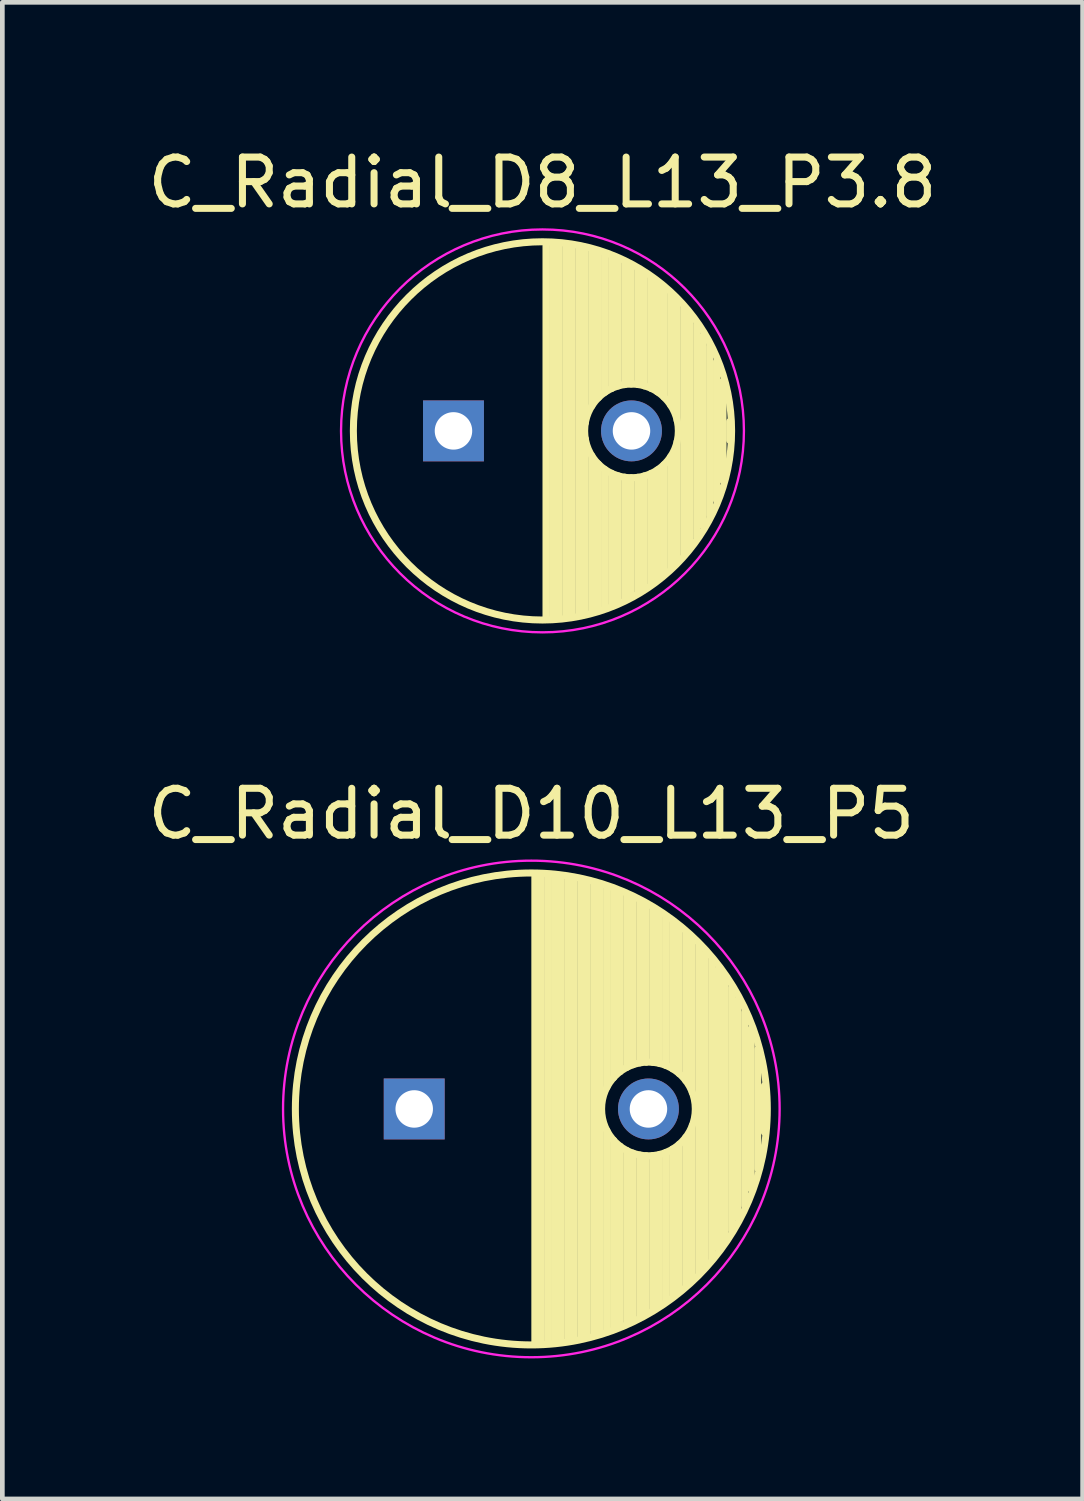
<source format=kicad_pcb>
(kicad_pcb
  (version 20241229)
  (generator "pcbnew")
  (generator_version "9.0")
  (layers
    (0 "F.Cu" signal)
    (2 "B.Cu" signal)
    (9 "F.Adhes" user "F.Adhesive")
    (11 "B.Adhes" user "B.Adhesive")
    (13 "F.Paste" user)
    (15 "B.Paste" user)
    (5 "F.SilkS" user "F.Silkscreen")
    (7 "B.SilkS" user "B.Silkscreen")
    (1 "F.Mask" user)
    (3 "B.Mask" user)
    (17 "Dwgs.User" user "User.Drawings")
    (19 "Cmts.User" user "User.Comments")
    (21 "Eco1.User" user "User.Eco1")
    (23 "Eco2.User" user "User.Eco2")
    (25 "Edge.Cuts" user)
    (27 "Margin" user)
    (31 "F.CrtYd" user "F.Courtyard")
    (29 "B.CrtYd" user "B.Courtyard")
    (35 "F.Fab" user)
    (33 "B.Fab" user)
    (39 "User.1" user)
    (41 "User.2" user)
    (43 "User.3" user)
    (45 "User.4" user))
  (footprint "C_Radial_D10_L13_P5"
    (layer "F.Cu")
    (at 5.792 20.622)
    (property "Reference" "C_Radial_D10_L13_P5" (at 2.5 -6.3 0) (layer "F.SilkS") (effects (font (size 1 1) (thickness 0.15))))
    (attr through_hole)
    (fp_line (start 2.575 -4.999) (end 2.575 4.999) (stroke (width 0.15) (type solid)) (layer "F.SilkS"))
    (fp_line (start 2.715 -4.995) (end 2.715 4.995) (stroke (width 0.15) (type solid)) (layer "F.SilkS"))
    (fp_line (start 2.855 -4.987) (end 2.855 4.987) (stroke (width 0.15) (type solid)) (layer "F.SilkS"))
    (fp_line (start 2.995 -4.975) (end 2.995 4.975) (stroke (width 0.15) (type solid)) (layer "F.SilkS"))
    (fp_line (start 3.135 -4.96) (end 3.135 4.96) (stroke (width 0.15) (type solid)) (layer "F.SilkS"))
    (fp_line (start 3.275 -4.94) (end 3.275 4.94) (stroke (width 0.15) (type solid)) (layer "F.SilkS"))
    (fp_line (start 3.415 -4.916) (end 3.415 4.916) (stroke (width 0.15) (type solid)) (layer "F.SilkS"))
    (fp_line (start 3.555 -4.887) (end 3.555 4.887) (stroke (width 0.15) (type solid)) (layer "F.SilkS"))
    (fp_line (start 3.695 -4.855) (end 3.695 4.855) (stroke (width 0.15) (type solid)) (layer "F.SilkS"))
    (fp_line (start 3.835 -4.818) (end 3.835 4.818) (stroke (width 0.15) (type solid)) (layer "F.SilkS"))
    (fp_line (start 3.975 -4.777) (end 3.975 4.777) (stroke (width 0.15) (type solid)) (layer "F.SilkS"))
    (fp_line (start 4.115 -4.732) (end 4.115 -0.466) (stroke (width 0.15) (type solid)) (layer "F.SilkS"))
    (fp_line (start 4.115 0.466) (end 4.115 4.732) (stroke (width 0.15) (type solid)) (layer "F.SilkS"))
    (fp_line (start 4.255 -4.682) (end 4.255 -0.667) (stroke (width 0.15) (type solid)) (layer "F.SilkS"))
    (fp_line (start 4.255 0.667) (end 4.255 4.682) (stroke (width 0.15) (type solid)) (layer "F.SilkS"))
    (fp_line (start 4.395 -4.627) (end 4.395 -0.796) (stroke (width 0.15) (type solid)) (layer "F.SilkS"))
    (fp_line (start 4.395 0.796) (end 4.395 4.627) (stroke (width 0.15) (type solid)) (layer "F.SilkS"))
    (fp_line (start 4.535 -4.567) (end 4.535 -0.885) (stroke (width 0.15) (type solid)) (layer "F.SilkS"))
    (fp_line (start 4.535 0.885) (end 4.535 4.567) (stroke (width 0.15) (type solid)) (layer "F.SilkS"))
    (fp_line (start 4.675 -4.502) (end 4.675 -0.946) (stroke (width 0.15) (type solid)) (layer "F.SilkS"))
    (fp_line (start 4.675 0.946) (end 4.675 4.502) (stroke (width 0.15) (type solid)) (layer "F.SilkS"))
    (fp_line (start 4.815 -4.432) (end 4.815 -0.983) (stroke (width 0.15) (type solid)) (layer "F.SilkS"))
    (fp_line (start 4.815 0.983) (end 4.815 4.432) (stroke (width 0.15) (type solid)) (layer "F.SilkS"))
    (fp_line (start 4.955 -4.356) (end 4.955 -0.999) (stroke (width 0.15) (type solid)) (layer "F.SilkS"))
    (fp_line (start 4.955 0.999) (end 4.955 4.356) (stroke (width 0.15) (type solid)) (layer "F.SilkS"))
    (fp_line (start 5.095 -4.274) (end 5.095 -0.995) (stroke (width 0.15) (type solid)) (layer "F.SilkS"))
    (fp_line (start 5.095 0.995) (end 5.095 4.274) (stroke (width 0.15) (type solid)) (layer "F.SilkS"))
    (fp_line (start 5.235 -4.186) (end 5.235 -0.972) (stroke (width 0.15) (type solid)) (layer "F.SilkS"))
    (fp_line (start 5.235 0.972) (end 5.235 4.186) (stroke (width 0.15) (type solid)) (layer "F.SilkS"))
    (fp_line (start 5.375 -4.091) (end 5.375 -0.927) (stroke (width 0.15) (type solid)) (layer "F.SilkS"))
    (fp_line (start 5.375 0.927) (end 5.375 4.091) (stroke (width 0.15) (type solid)) (layer "F.SilkS"))
    (fp_line (start 5.515 -3.989) (end 5.515 -0.857) (stroke (width 0.15) (type solid)) (layer "F.SilkS"))
    (fp_line (start 5.515 0.857) (end 5.515 3.989) (stroke (width 0.15) (type solid)) (layer "F.SilkS"))
    (fp_line (start 5.655 -3.879) (end 5.655 -0.756) (stroke (width 0.15) (type solid)) (layer "F.SilkS"))
    (fp_line (start 5.655 0.756) (end 5.655 3.879) (stroke (width 0.15) (type solid)) (layer "F.SilkS"))
    (fp_line (start 5.795 -3.761) (end 5.795 -0.607) (stroke (width 0.15) (type solid)) (layer "F.SilkS"))
    (fp_line (start 5.795 0.607) (end 5.795 3.761) (stroke (width 0.15) (type solid)) (layer "F.SilkS"))
    (fp_line (start 5.935 -3.633) (end 5.935 -0.355) (stroke (width 0.15) (type solid)) (layer "F.SilkS"))
    (fp_line (start 5.935 0.355) (end 5.935 3.633) (stroke (width 0.15) (type solid)) (layer "F.SilkS"))
    (fp_line (start 6.075 -3.496) (end 6.075 3.496) (stroke (width 0.15) (type solid)) (layer "F.SilkS"))
    (fp_line (start 6.215 -3.346) (end 6.215 3.346) (stroke (width 0.15) (type solid)) (layer "F.SilkS"))
    (fp_line (start 6.355 -3.184) (end 6.355 3.184) (stroke (width 0.15) (type solid)) (layer "F.SilkS"))
    (fp_line (start 6.495 -3.007) (end 6.495 3.007) (stroke (width 0.15) (type solid)) (layer "F.SilkS"))
    (fp_line (start 6.635 -2.811) (end 6.635 2.811) (stroke (width 0.15) (type solid)) (layer "F.SilkS"))
    (fp_line (start 6.775 -2.593) (end 6.775 2.593) (stroke (width 0.15) (type solid)) (layer "F.SilkS"))
    (fp_line (start 6.915 -2.347) (end 6.915 2.347) (stroke (width 0.15) (type solid)) (layer "F.SilkS"))
    (fp_line (start 7.055 -2.062) (end 7.055 2.062) (stroke (width 0.15) (type solid)) (layer "F.SilkS"))
    (fp_line (start 7.195 -1.72) (end 7.195 1.72) (stroke (width 0.15) (type solid)) (layer "F.SilkS"))
    (fp_line (start 7.335 -1.274) (end 7.335 1.274) (stroke (width 0.15) (type solid)) (layer "F.SilkS"))
    (fp_line (start 7.475 -0.499) (end 7.475 0.499) (stroke (width 0.15) (type solid)) (layer "F.SilkS"))
    (fp_circle (center 2.5 0) (end 2.5 -5.037) (stroke (width 0.15) (type solid)) (fill no) (layer "F.SilkS"))
    (fp_circle (center 5 0) (end 5 -1) (stroke (width 0.15) (type solid)) (fill no) (layer "F.SilkS"))
    (fp_circle (center 2.5 0) (end 2.5 -5.3) (stroke (width 0.05) (type solid)) (fill no) (layer "F.CrtYd"))
    (pad "1" thru_hole rect (at 0 0) (size 1.3 1.3) (drill 0.8) (layers "*.Cu" "*.Mask"))
    (pad "2" thru_hole circle (at 5 0) (size 1.3 1.3) (drill 0.8) (layers "*.Cu" "*.Mask")))
  (footprint "C_Radial_D8_L13_P3.8"
    (layer "F.Cu")
    (at 6.63 6.148)
    (property "Reference" "C_Radial_D8_L13_P3.8" (at 1.9 -5.3 0) (layer "F.SilkS") (effects (font (size 1 1) (thickness 0.15))))
    (attr through_hole)
    (fp_line (start 1.975 -3.999) (end 1.975 3.999) (stroke (width 0.15) (type solid)) (layer "F.SilkS"))
    (fp_line (start 2.115 -3.994) (end 2.115 3.994) (stroke (width 0.15) (type solid)) (layer "F.SilkS"))
    (fp_line (start 2.255 -3.984) (end 2.255 3.984) (stroke (width 0.15) (type solid)) (layer "F.SilkS"))
    (fp_line (start 2.395 -3.969) (end 2.395 3.969) (stroke (width 0.15) (type solid)) (layer "F.SilkS"))
    (fp_line (start 2.535 -3.949) (end 2.535 3.949) (stroke (width 0.15) (type solid)) (layer "F.SilkS"))
    (fp_line (start 2.675 -3.924) (end 2.675 3.924) (stroke (width 0.15) (type solid)) (layer "F.SilkS"))
    (fp_line (start 2.815 -3.894) (end 2.815 -0.173) (stroke (width 0.15) (type solid)) (layer "F.SilkS"))
    (fp_line (start 2.815 0.173) (end 2.815 3.894) (stroke (width 0.15) (type solid)) (layer "F.SilkS"))
    (fp_line (start 2.955 -3.858) (end 2.955 -0.535) (stroke (width 0.15) (type solid)) (layer "F.SilkS"))
    (fp_line (start 2.955 0.535) (end 2.955 3.858) (stroke (width 0.15) (type solid)) (layer "F.SilkS"))
    (fp_line (start 3.095 -3.817) (end 3.095 -0.709) (stroke (width 0.15) (type solid)) (layer "F.SilkS"))
    (fp_line (start 3.095 0.709) (end 3.095 3.817) (stroke (width 0.15) (type solid)) (layer "F.SilkS"))
    (fp_line (start 3.235 -3.771) (end 3.235 -0.825) (stroke (width 0.15) (type solid)) (layer "F.SilkS"))
    (fp_line (start 3.235 0.825) (end 3.235 3.771) (stroke (width 0.15) (type solid)) (layer "F.SilkS"))
    (fp_line (start 3.375 -3.718) (end 3.375 -0.905) (stroke (width 0.15) (type solid)) (layer "F.SilkS"))
    (fp_line (start 3.375 0.905) (end 3.375 3.718) (stroke (width 0.15) (type solid)) (layer "F.SilkS"))
    (fp_line (start 3.515 -3.659) (end 3.515 -0.959) (stroke (width 0.15) (type solid)) (layer "F.SilkS"))
    (fp_line (start 3.515 0.959) (end 3.515 3.659) (stroke (width 0.15) (type solid)) (layer "F.SilkS"))
    (fp_line (start 3.655 -3.594) (end 3.655 -0.989) (stroke (width 0.15) (type solid)) (layer "F.SilkS"))
    (fp_line (start 3.655 0.989) (end 3.655 3.594) (stroke (width 0.15) (type solid)) (layer "F.SilkS"))
    (fp_line (start 3.795 -3.523) (end 3.795 -1) (stroke (width 0.15) (type solid)) (layer "F.SilkS"))
    (fp_line (start 3.795 1) (end 3.795 3.523) (stroke (width 0.15) (type solid)) (layer "F.SilkS"))
    (fp_line (start 3.935 -3.444) (end 3.935 -0.991) (stroke (width 0.15) (type solid)) (layer "F.SilkS"))
    (fp_line (start 3.935 0.991) (end 3.935 3.444) (stroke (width 0.15) (type solid)) (layer "F.SilkS"))
    (fp_line (start 4.075 -3.357) (end 4.075 -0.961) (stroke (width 0.15) (type solid)) (layer "F.SilkS"))
    (fp_line (start 4.075 0.961) (end 4.075 3.357) (stroke (width 0.15) (type solid)) (layer "F.SilkS"))
    (fp_line (start 4.215 -3.262) (end 4.215 -0.91) (stroke (width 0.15) (type solid)) (layer "F.SilkS"))
    (fp_line (start 4.215 0.91) (end 4.215 3.262) (stroke (width 0.15) (type solid)) (layer "F.SilkS"))
    (fp_line (start 4.355 -3.158) (end 4.355 -0.832) (stroke (width 0.15) (type solid)) (layer "F.SilkS"))
    (fp_line (start 4.355 0.832) (end 4.355 3.158) (stroke (width 0.15) (type solid)) (layer "F.SilkS"))
    (fp_line (start 4.495 -3.044) (end 4.495 -0.719) (stroke (width 0.15) (type solid)) (layer "F.SilkS"))
    (fp_line (start 4.495 0.719) (end 4.495 3.044) (stroke (width 0.15) (type solid)) (layer "F.SilkS"))
    (fp_line (start 4.635 -2.919) (end 4.635 -0.55) (stroke (width 0.15) (type solid)) (layer "F.SilkS"))
    (fp_line (start 4.635 0.55) (end 4.635 2.919) (stroke (width 0.15) (type solid)) (layer "F.SilkS"))
    (fp_line (start 4.775 -2.781) (end 4.775 -0.222) (stroke (width 0.15) (type solid)) (layer "F.SilkS"))
    (fp_line (start 4.775 0.222) (end 4.775 2.781) (stroke (width 0.15) (type solid)) (layer "F.SilkS"))
    (fp_line (start 4.915 -2.629) (end 4.915 2.629) (stroke (width 0.15) (type solid)) (layer "F.SilkS"))
    (fp_line (start 5.055 -2.459) (end 5.055 2.459) (stroke (width 0.15) (type solid)) (layer "F.SilkS"))
    (fp_line (start 5.195 -2.268) (end 5.195 2.268) (stroke (width 0.15) (type solid)) (layer "F.SilkS"))
    (fp_line (start 5.335 -2.05) (end 5.335 2.05) (stroke (width 0.15) (type solid)) (layer "F.SilkS"))
    (fp_line (start 5.475 -1.794) (end 5.475 1.794) (stroke (width 0.15) (type solid)) (layer "F.SilkS"))
    (fp_line (start 5.615 -1.483) (end 5.615 1.483) (stroke (width 0.15) (type solid)) (layer "F.SilkS"))
    (fp_line (start 5.755 -1.067) (end 5.755 1.067) (stroke (width 0.15) (type solid)) (layer "F.SilkS"))
    (fp_line (start 5.895 -0.2) (end 5.895 0.2) (stroke (width 0.15) (type solid)) (layer "F.SilkS"))
    (fp_circle (center 1.9 0) (end 1.9 -4.037) (stroke (width 0.15) (type solid)) (fill no) (layer "F.SilkS"))
    (fp_circle (center 3.8 0) (end 3.8 -1) (stroke (width 0.15) (type solid)) (fill no) (layer "F.SilkS"))
    (fp_circle (center 1.9 0) (end 1.9 -4.3) (stroke (width 0.05) (type solid)) (fill no) (layer "F.CrtYd"))
    (pad "1" thru_hole rect (at 0 0) (size 1.3 1.3) (drill 0.8) (layers "*.Cu" "*.Mask"))
    (pad "2" thru_hole circle (at 3.8 0) (size 1.3 1.3) (drill 0.8) (layers "*.Cu" "*.Mask")))
  (gr_rect
    (start -3 -3)
    (end 20.06 28.947)
    (stroke (width 0.1) (type default))
    (fill no)
    (layer "Edge.Cuts")))
</source>
